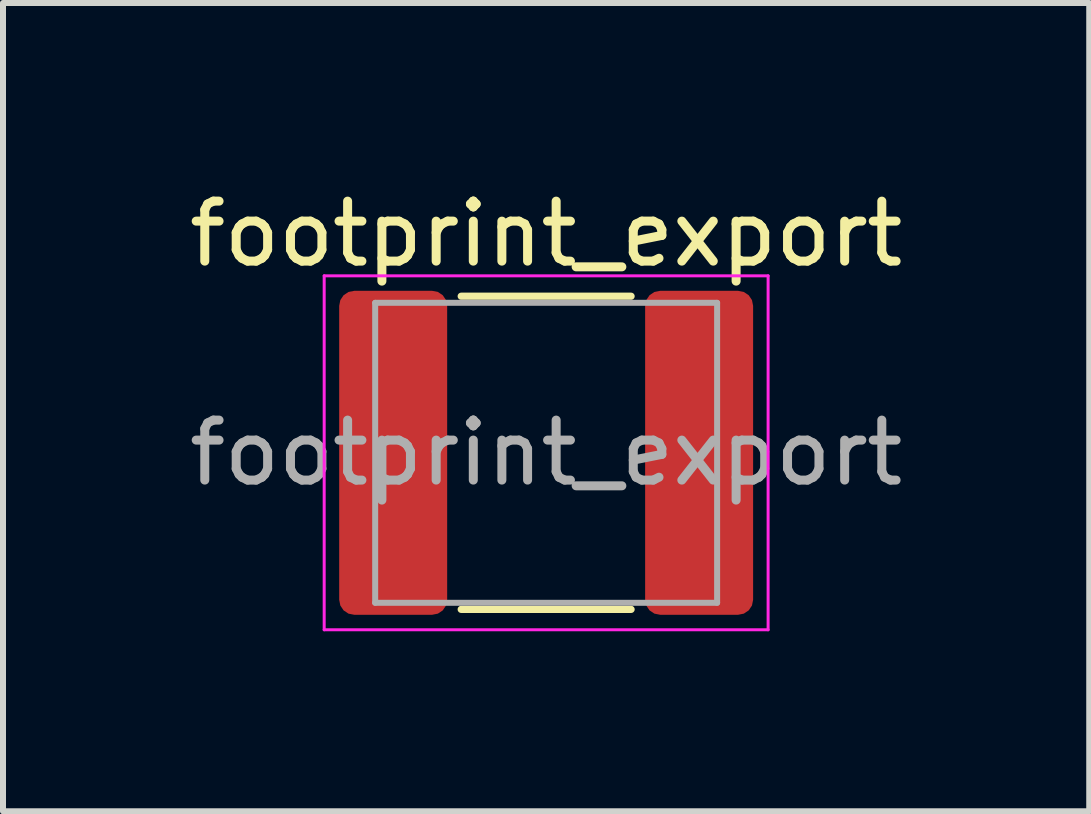
<source format=kicad_pcb>
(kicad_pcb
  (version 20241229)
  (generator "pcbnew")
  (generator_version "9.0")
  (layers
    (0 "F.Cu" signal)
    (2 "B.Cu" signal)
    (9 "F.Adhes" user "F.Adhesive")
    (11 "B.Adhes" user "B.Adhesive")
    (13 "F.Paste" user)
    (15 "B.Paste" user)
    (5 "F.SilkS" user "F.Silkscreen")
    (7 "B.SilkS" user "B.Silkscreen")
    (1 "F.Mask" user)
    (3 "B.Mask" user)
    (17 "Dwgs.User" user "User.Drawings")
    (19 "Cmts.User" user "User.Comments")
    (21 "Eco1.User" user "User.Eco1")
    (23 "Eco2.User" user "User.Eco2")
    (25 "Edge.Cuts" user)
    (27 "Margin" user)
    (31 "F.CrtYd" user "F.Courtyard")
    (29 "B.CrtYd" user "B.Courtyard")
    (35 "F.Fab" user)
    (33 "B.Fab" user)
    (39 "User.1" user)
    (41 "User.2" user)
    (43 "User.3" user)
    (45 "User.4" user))
  (footprint "footprint_export"
    (layer "F.Cu")
    (at 6.054 4.498)
    (property "Reference" "footprint_export" (at 0 -3.65 0) (layer "F.SilkS") (effects (font (size 1 1) (thickness 0.15))))
    (attr smd)
    (fp_line (start -1.416 -2.61) (end 1.416 -2.61) (stroke (width 0.12) (type solid)) (layer "F.SilkS"))
    (fp_line (start -1.416 2.61) (end 1.416 2.61) (stroke (width 0.12) (type solid)) (layer "F.SilkS"))
    (fp_line (start -3.7 -2.95) (end 3.7 -2.95) (stroke (width 0.05) (type solid)) (layer "F.CrtYd"))
    (fp_line (start -3.7 2.95) (end -3.7 -2.95) (stroke (width 0.05) (type solid)) (layer "F.CrtYd"))
    (fp_line (start 3.7 -2.95) (end 3.7 2.95) (stroke (width 0.05) (type solid)) (layer "F.CrtYd"))
    (fp_line (start 3.7 2.95) (end -3.7 2.95) (stroke (width 0.05) (type solid)) (layer "F.CrtYd"))
    (fp_line (start -2.85 -2.5) (end 2.85 -2.5) (stroke (width 0.1) (type solid)) (layer "F.Fab"))
    (fp_line (start -2.85 2.5) (end -2.85 -2.5) (stroke (width 0.1) (type solid)) (layer "F.Fab"))
    (fp_line (start 2.85 -2.5) (end 2.85 2.5) (stroke (width 0.1) (type solid)) (layer "F.Fab"))
    (fp_line (start 2.85 2.5) (end -2.85 2.5) (stroke (width 0.1) (type solid)) (layer "F.Fab"))
    (fp_text user "${REFERENCE}" (at 0 0 0) (layer "F.Fab") (effects (font (size 1 1) (thickness 0.15))))
    (pad "1" smd roundrect (at -2.55 0) (size 1.8 5.4) (layers "F.Cu" "F.Mask" "F.Paste") (roundrect_rratio 0.139))
    (pad "2" smd roundrect (at 2.55 0) (size 1.8 5.4) (layers "F.Cu" "F.Mask" "F.Paste") (roundrect_rratio 0.139)))
  (gr_rect
    (start -3 -3)
    (end 15.107 10.473)
    (stroke (width 0.1) (type default))
    (fill no)
    (layer "Edge.Cuts")))
</source>
